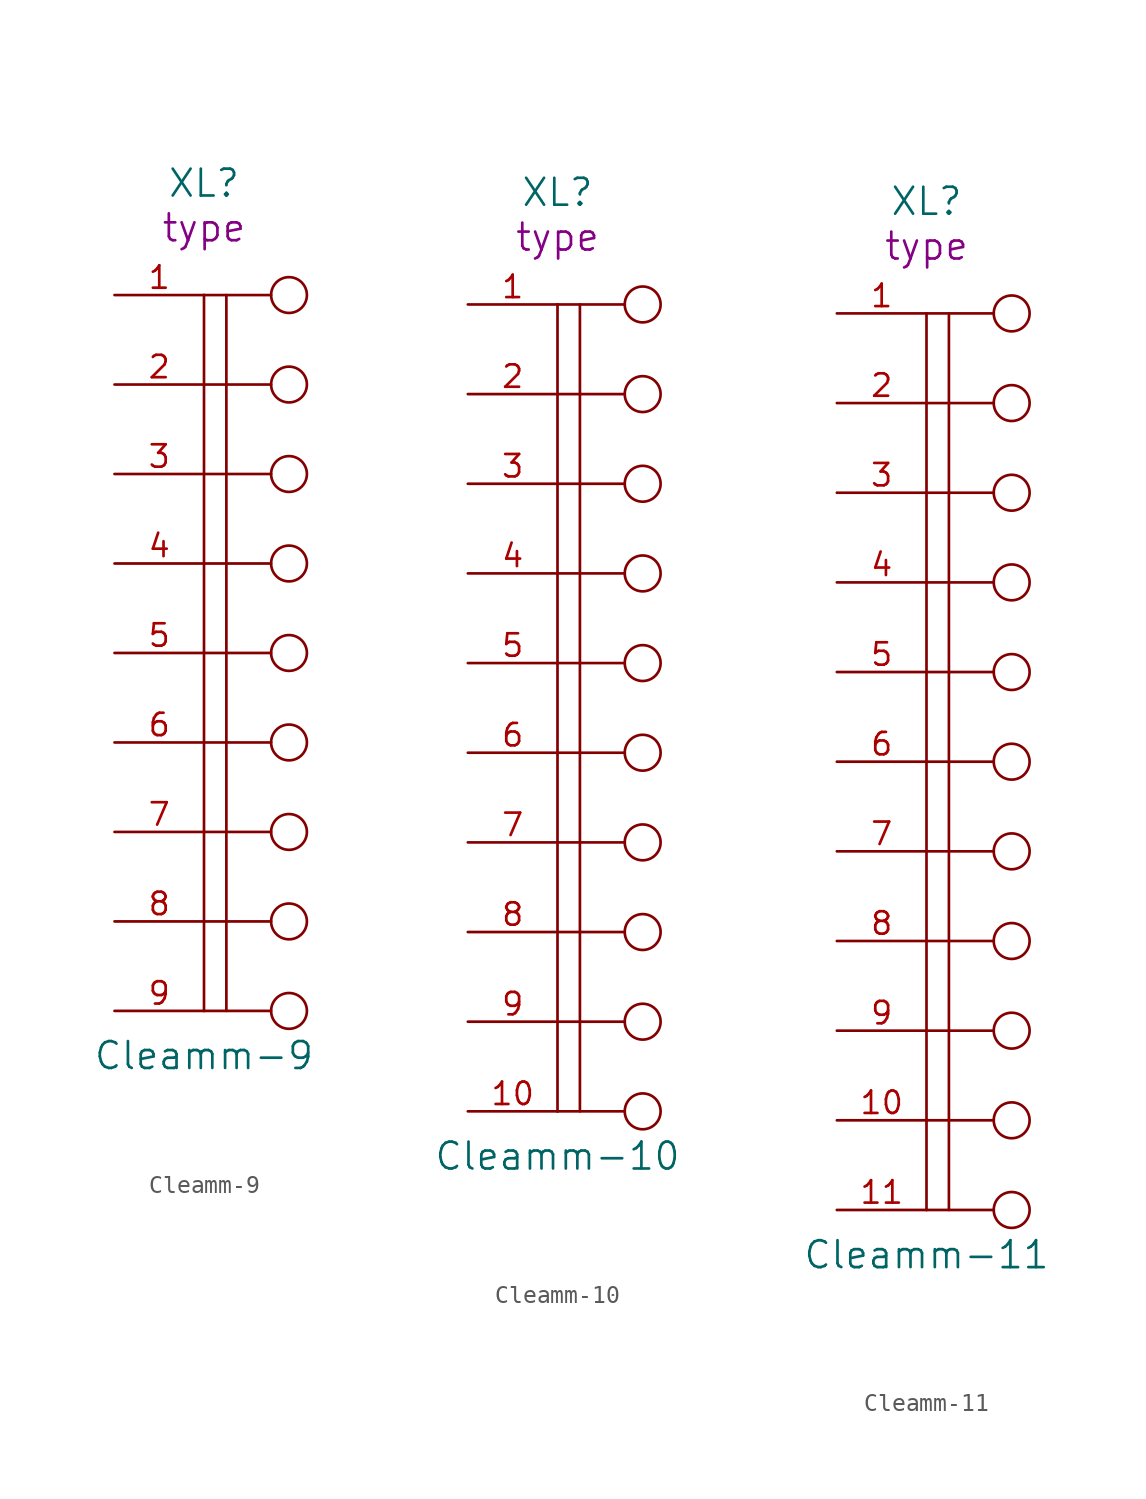
<source format=kicad_sym>
(kicad_symbol_lib
  (version 20220914)
  (generator kicad_symbol_editor)
  (symbol "Cleamm-9"
    (pin_names
      (offset 1.016) hide)
    (property "Reference" "XL"
      (at -3.81 26.67 0)
      (do_not_autoplace)
      (effects (font (size 1.524 1.524))))
    (property "Value" "Cleamm-9"
      (at -3.81 -22.86 0)
      (do_not_autoplace)
      (effects (font (size 1.524 1.524))))
    (property "Datasheet" ""
      (at 0 10.16 0)
      (effects (font (size 1.524 1.524))))
    (property "Type" "type"
      (at -3.81 24.13 0)
      (do_not_autoplace)
      (effects (font (size 1.524 1.524))))
    (symbol "Cleamm-9_0_1"
      (polyline (pts (xy -3.81 20.32) (xy -3.81 -20.32)) (stroke (width 0) (type solid)) (fill (type none)))
      (polyline (pts (xy -2.54 20.32) (xy -2.54 -20.32)) (stroke (width 0) (type solid)) (fill (type none)))
      (polyline (pts (xy 0 -20.32) (xy -3.81 -20.32)) (stroke (width 0) (type solid)) (fill (type none)))
      (polyline (pts (xy 0 -15.24) (xy -3.81 -15.24)) (stroke (width 0) (type solid)) (fill (type none)))
      (polyline (pts (xy 0 -10.16) (xy -3.81 -10.16)) (stroke (width 0) (type solid)) (fill (type none)))
      (polyline (pts (xy 0 0) (xy -3.81 0)) (stroke (width 0) (type solid)) (fill (type none)))
      (polyline (pts (xy 0 5.08) (xy -3.81 5.08)) (stroke (width 0) (type solid)) (fill (type none)))
      (polyline (pts (xy 0 10.16) (xy -3.81 10.16)) (stroke (width 0) (type solid)) (fill (type none)))
      (polyline (pts (xy 0 15.24) (xy -3.81 15.24)) (stroke (width 0) (type solid)) (fill (type none)))
      (polyline (pts (xy 0 20.32) (xy -3.81 20.32)) (stroke (width 0) (type solid)) (fill (type none)))
      (polyline (pts (xy 0 -5.08) (xy -2.54 -5.08) (xy -3.81 -5.08)) (stroke (width 0) (type solid)) (fill (type none)))
      (circle (center 1.016 -20.32) (radius 1.016) (stroke (width 0) (type solid)) (fill (type none)))
      (circle (center 1.016 -15.24) (radius 1.016) (stroke (width 0) (type solid)) (fill (type none)))
      (circle (center 1.016 -10.16) (radius 1.016) (stroke (width 0) (type solid)) (fill (type none)))
      (circle (center 1.016 -5.08) (radius 1.016) (stroke (width 0) (type solid)) (fill (type none)))
      (circle (center 1.016 0) (radius 1.016) (stroke (width 0) (type solid)) (fill (type none)))
      (circle (center 1.016 5.08) (radius 1.016) (stroke (width 0) (type solid)) (fill (type none)))
      (circle (center 1.016 10.16) (radius 1.016) (stroke (width 0) (type solid)) (fill (type none)))
      (circle (center 1.016 15.24) (radius 1.016) (stroke (width 0) (type solid)) (fill (type none)))
      (circle (center 1.016 20.32) (radius 1.016) (stroke (width 0) (type solid)) (fill (type none))))
    (symbol "Cleamm-9_1_1"
      (pin passive line (at -8.89 20.32 0) (length 5.08) (name "~" (effects (font (size 1.27 1.27)))) (number "1" (effects (font (size 1.27 1.27)))))
      (pin passive line (at -8.89 15.24 0) (length 5.08) (name "~" (effects (font (size 1.27 1.27)))) (number "2" (effects (font (size 1.27 1.27)))))
      (pin passive line (at -8.89 10.16 0) (length 5.08) (name "~" (effects (font (size 1.27 1.27)))) (number "3" (effects (font (size 1.27 1.27)))))
      (pin passive line (at -8.89 5.08 0) (length 5.08) (name "~" (effects (font (size 1.27 1.27)))) (number "4" (effects (font (size 1.27 1.27)))))
      (pin passive line (at -8.89 0 0) (length 5.08) (name "~" (effects (font (size 1.27 1.27)))) (number "5" (effects (font (size 1.27 1.27)))))
      (pin passive line (at -8.89 -5.08 0) (length 5.08) (name "~" (effects (font (size 1.27 1.27)))) (number "6" (effects (font (size 1.27 1.27)))))
      (pin passive line (at -8.89 -10.16 0) (length 5.08) (name "~" (effects (font (size 1.27 1.27)))) (number "7" (effects (font (size 1.27 1.27)))))
      (pin passive line (at -8.89 -15.24 0) (length 5.08) (name "~" (effects (font (size 1.27 1.27)))) (number "8" (effects (font (size 1.27 1.27)))))
      (pin passive line (at -8.89 -20.32 0) (length 5.08) (name "~" (effects (font (size 1.27 1.27)))) (number "9" (effects (font (size 1.27 1.27)))))))
  (symbol "Cleamm-10"
    (pin_names
      (offset 1.016) hide)
    (property "Reference" "XL"
      (at -3.81 29.21 0)
      (do_not_autoplace)
      (effects (font (size 1.524 1.524))))
    (property "Value" "Cleamm-10"
      (at -3.81 -25.4 0)
      (do_not_autoplace)
      (effects (font (size 1.524 1.524))))
    (property "Datasheet" ""
      (at 0 12.7 0)
      (effects (font (size 1.524 1.524))))
    (property "Type" "type"
      (at -3.81 26.67 0)
      (do_not_autoplace)
      (effects (font (size 1.524 1.524))))
    (symbol "Cleamm-10_0_1"
      (polyline (pts (xy -3.81 22.86) (xy -3.81 -22.86)) (stroke (width 0) (type solid)) (fill (type none)))
      (polyline (pts (xy -2.54 22.86) (xy -2.54 -22.86)) (stroke (width 0) (type solid)) (fill (type none)))
      (polyline (pts (xy 0 -22.86) (xy -3.81 -22.86)) (stroke (width 0) (type solid)) (fill (type none)))
      (polyline (pts (xy 0 -17.78) (xy -3.81 -17.78)) (stroke (width 0) (type solid)) (fill (type none)))
      (polyline (pts (xy 0 -12.7) (xy -3.81 -12.7)) (stroke (width 0) (type solid)) (fill (type none)))
      (polyline (pts (xy 0 -7.62) (xy -3.81 -7.62)) (stroke (width 0) (type solid)) (fill (type none)))
      (polyline (pts (xy 0 2.54) (xy -3.81 2.54)) (stroke (width 0) (type solid)) (fill (type none)))
      (polyline (pts (xy 0 7.62) (xy -3.81 7.62)) (stroke (width 0) (type solid)) (fill (type none)))
      (polyline (pts (xy 0 12.7) (xy -3.81 12.7)) (stroke (width 0) (type solid)) (fill (type none)))
      (polyline (pts (xy 0 17.78) (xy -3.81 17.78)) (stroke (width 0) (type solid)) (fill (type none)))
      (polyline (pts (xy 0 22.86) (xy -3.81 22.86)) (stroke (width 0) (type solid)) (fill (type none)))
      (polyline (pts (xy 0 -2.54) (xy -2.54 -2.54) (xy -3.81 -2.54)) (stroke (width 0) (type solid)) (fill (type none)))
      (circle (center 1.016 -22.86) (radius 1.016) (stroke (width 0) (type solid)) (fill (type none)))
      (circle (center 1.016 -17.78) (radius 1.016) (stroke (width 0) (type solid)) (fill (type none)))
      (circle (center 1.016 -12.7) (radius 1.016) (stroke (width 0) (type solid)) (fill (type none)))
      (circle (center 1.016 -7.62) (radius 1.016) (stroke (width 0) (type solid)) (fill (type none)))
      (circle (center 1.016 -2.54) (radius 1.016) (stroke (width 0) (type solid)) (fill (type none)))
      (circle (center 1.016 2.54) (radius 1.016) (stroke (width 0) (type solid)) (fill (type none)))
      (circle (center 1.016 7.62) (radius 1.016) (stroke (width 0) (type solid)) (fill (type none)))
      (circle (center 1.016 12.7) (radius 1.016) (stroke (width 0) (type solid)) (fill (type none)))
      (circle (center 1.016 17.78) (radius 1.016) (stroke (width 0) (type solid)) (fill (type none)))
      (circle (center 1.016 22.86) (radius 1.016) (stroke (width 0) (type solid)) (fill (type none))))
    (symbol "Cleamm-10_1_1"
      (pin passive line (at -8.89 22.86 0) (length 5.08) (name "~" (effects (font (size 1.27 1.27)))) (number "1" (effects (font (size 1.27 1.27)))))
      (pin passive line (at -8.89 -22.86 0) (length 5.08) (name "~" (effects (font (size 1.27 1.27)))) (number "10" (effects (font (size 1.27 1.27)))))
      (pin passive line (at -8.89 17.78 0) (length 5.08) (name "~" (effects (font (size 1.27 1.27)))) (number "2" (effects (font (size 1.27 1.27)))))
      (pin passive line (at -8.89 12.7 0) (length 5.08) (name "~" (effects (font (size 1.27 1.27)))) (number "3" (effects (font (size 1.27 1.27)))))
      (pin passive line (at -8.89 7.62 0) (length 5.08) (name "~" (effects (font (size 1.27 1.27)))) (number "4" (effects (font (size 1.27 1.27)))))
      (pin passive line (at -8.89 2.54 0) (length 5.08) (name "~" (effects (font (size 1.27 1.27)))) (number "5" (effects (font (size 1.27 1.27)))))
      (pin passive line (at -8.89 -2.54 0) (length 5.08) (name "~" (effects (font (size 1.27 1.27)))) (number "6" (effects (font (size 1.27 1.27)))))
      (pin passive line (at -8.89 -7.62 0) (length 5.08) (name "~" (effects (font (size 1.27 1.27)))) (number "7" (effects (font (size 1.27 1.27)))))
      (pin passive line (at -8.89 -12.7 0) (length 5.08) (name "~" (effects (font (size 1.27 1.27)))) (number "8" (effects (font (size 1.27 1.27)))))
      (pin passive line (at -8.89 -17.78 0) (length 5.08) (name "~" (effects (font (size 1.27 1.27)))) (number "9" (effects (font (size 1.27 1.27)))))))
  (symbol "Cleamm-11"
    (pin_names
      (offset 1.016) hide)
    (property "Reference" "XL"
      (at -3.81 31.75 0)
      (do_not_autoplace)
      (effects (font (size 1.524 1.524))))
    (property "Value" "Cleamm-11"
      (at -3.81 -27.94 0)
      (do_not_autoplace)
      (effects (font (size 1.524 1.524))))
    (property "Datasheet" ""
      (at 0 15.24 0)
      (effects (font (size 1.524 1.524))))
    (property "Type" "type"
      (at -3.81 29.21 0)
      (do_not_autoplace)
      (effects (font (size 1.524 1.524))))
    (symbol "Cleamm-11_0_1"
      (polyline (pts (xy -3.81 25.4) (xy -3.81 -25.4)) (stroke (width 0) (type solid)) (fill (type none)))
      (polyline (pts (xy -2.54 25.4) (xy -2.54 -25.4)) (stroke (width 0) (type solid)) (fill (type none)))
      (polyline (pts (xy 0 -25.4) (xy -3.81 -25.4)) (stroke (width 0) (type solid)) (fill (type none)))
      (polyline (pts (xy 0 -20.32) (xy -3.81 -20.32)) (stroke (width 0) (type solid)) (fill (type none)))
      (polyline (pts (xy 0 -15.24) (xy -3.81 -15.24)) (stroke (width 0) (type solid)) (fill (type none)))
      (polyline (pts (xy 0 -10.16) (xy -3.81 -10.16)) (stroke (width 0) (type solid)) (fill (type none)))
      (polyline (pts (xy 0 -5.08) (xy -3.81 -5.08)) (stroke (width 0) (type solid)) (fill (type none)))
      (polyline (pts (xy 0 5.08) (xy -3.81 5.08)) (stroke (width 0) (type solid)) (fill (type none)))
      (polyline (pts (xy 0 10.16) (xy -3.81 10.16)) (stroke (width 0) (type solid)) (fill (type none)))
      (polyline (pts (xy 0 15.24) (xy -3.81 15.24)) (stroke (width 0) (type solid)) (fill (type none)))
      (polyline (pts (xy 0 20.32) (xy -3.81 20.32)) (stroke (width 0) (type solid)) (fill (type none)))
      (polyline (pts (xy 0 25.4) (xy -3.81 25.4)) (stroke (width 0) (type solid)) (fill (type none)))
      (polyline (pts (xy 0 0) (xy -2.54 0) (xy -3.81 0)) (stroke (width 0) (type solid)) (fill (type none)))
      (circle (center 1.016 -25.4) (radius 1.016) (stroke (width 0) (type solid)) (fill (type none)))
      (circle (center 1.016 -20.32) (radius 1.016) (stroke (width 0) (type solid)) (fill (type none)))
      (circle (center 1.016 -15.24) (radius 1.016) (stroke (width 0) (type solid)) (fill (type none)))
      (circle (center 1.016 -10.16) (radius 1.016) (stroke (width 0) (type solid)) (fill (type none)))
      (circle (center 1.016 -5.08) (radius 1.016) (stroke (width 0) (type solid)) (fill (type none)))
      (circle (center 1.016 0) (radius 1.016) (stroke (width 0) (type solid)) (fill (type none)))
      (circle (center 1.016 5.08) (radius 1.016) (stroke (width 0) (type solid)) (fill (type none)))
      (circle (center 1.016 10.16) (radius 1.016) (stroke (width 0) (type solid)) (fill (type none)))
      (circle (center 1.016 15.24) (radius 1.016) (stroke (width 0) (type solid)) (fill (type none)))
      (circle (center 1.016 20.32) (radius 1.016) (stroke (width 0) (type solid)) (fill (type none)))
      (circle (center 1.016 25.4) (radius 1.016) (stroke (width 0) (type solid)) (fill (type none))))
    (symbol "Cleamm-11_1_1"
      (pin passive line (at -8.89 25.4 0) (length 5.08) (name "~" (effects (font (size 1.27 1.27)))) (number "1" (effects (font (size 1.27 1.27)))))
      (pin passive line (at -8.89 -20.32 0) (length 5.08) (name "~" (effects (font (size 1.27 1.27)))) (number "10" (effects (font (size 1.27 1.27)))))
      (pin passive line (at -8.89 -25.4 0) (length 5.08) (name "~" (effects (font (size 1.27 1.27)))) (number "11" (effects (font (size 1.27 1.27)))))
      (pin passive line (at -8.89 20.32 0) (length 5.08) (name "~" (effects (font (size 1.27 1.27)))) (number "2" (effects (font (size 1.27 1.27)))))
      (pin passive line (at -8.89 15.24 0) (length 5.08) (name "~" (effects (font (size 1.27 1.27)))) (number "3" (effects (font (size 1.27 1.27)))))
      (pin passive line (at -8.89 10.16 0) (length 5.08) (name "~" (effects (font (size 1.27 1.27)))) (number "4" (effects (font (size 1.27 1.27)))))
      (pin passive line (at -8.89 5.08 0) (length 5.08) (name "~" (effects (font (size 1.27 1.27)))) (number "5" (effects (font (size 1.27 1.27)))))
      (pin passive line (at -8.89 0 0) (length 5.08) (name "~" (effects (font (size 1.27 1.27)))) (number "6" (effects (font (size 1.27 1.27)))))
      (pin passive line (at -8.89 -5.08 0) (length 5.08) (name "~" (effects (font (size 1.27 1.27)))) (number "7" (effects (font (size 1.27 1.27)))))
      (pin passive line (at -8.89 -10.16 0) (length 5.08) (name "~" (effects (font (size 1.27 1.27)))) (number "8" (effects (font (size 1.27 1.27)))))
      (pin passive line (at -8.89 -15.24 0) (length 5.08) (name "~" (effects (font (size 1.27 1.27)))) (number "9" (effects (font (size 1.27 1.27))))))))
</source>
